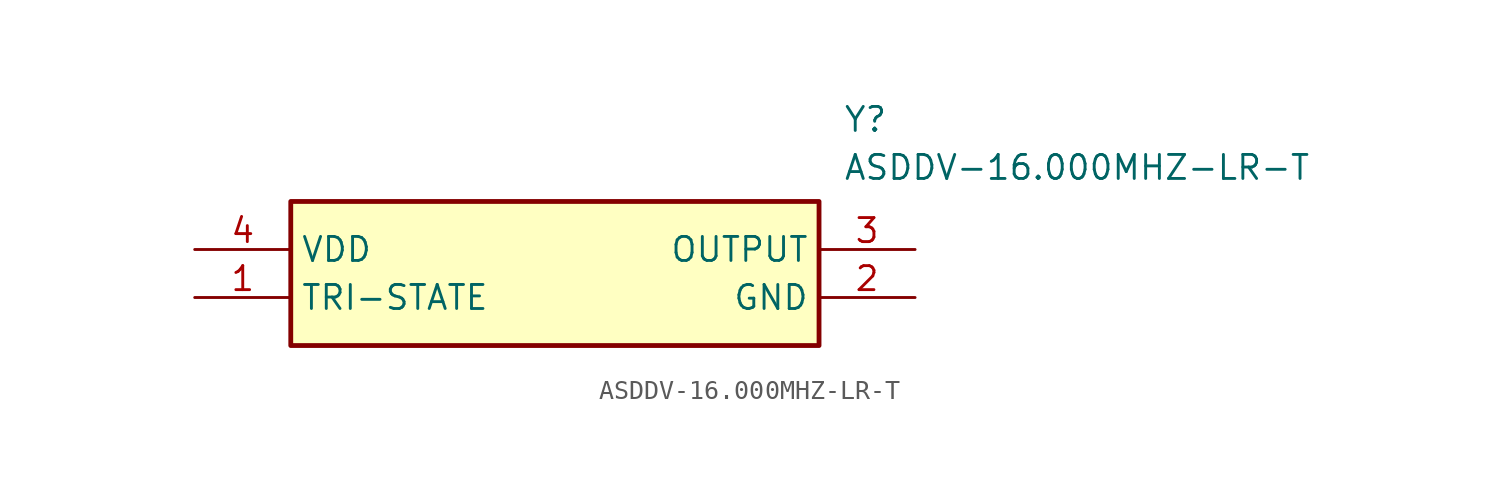
<source format=kicad_sym>
(kicad_symbol_lib
  (version 20211014)
  (generator SamacSys_ECAD_Model)
  (symbol "ASDDV-16.000MHZ-LR-T"
    (property "Reference" "Y"
      (at 34.29 7.62 0)
      (effects (font (size 1.27 1.27)) (justify left top)))
    (property "Value" "ASDDV-16.000MHZ-LR-T"
      (at 34.29 5.08 0)
      (effects (font (size 1.27 1.27)) (justify left top)))
    (rectangle
      (start 5.08 2.54)
      (end 33.02 -5.08)
      (stroke (width 0.254) (type default))
      (fill (type background)))
    (pin passive line
      (at 0 -2.54 0)
      (length 5.08)
      (name "TRI-STATE" (effects (font (size 1.27 1.27))))
      (number "1" (effects (font (size 1.27 1.27)))))
    (pin passive line
      (at 38.1 -2.54 180)
      (length 5.08)
      (name "GND" (effects (font (size 1.27 1.27))))
      (number "2" (effects (font (size 1.27 1.27)))))
    (pin passive line
      (at 38.1 0 180)
      (length 5.08)
      (name "OUTPUT" (effects (font (size 1.27 1.27))))
      (number "3" (effects (font (size 1.27 1.27)))))
    (pin passive line
      (at 0 0 0)
      (length 5.08)
      (name "VDD" (effects (font (size 1.27 1.27))))
      (number "4" (effects (font (size 1.27 1.27)))))))
</source>
